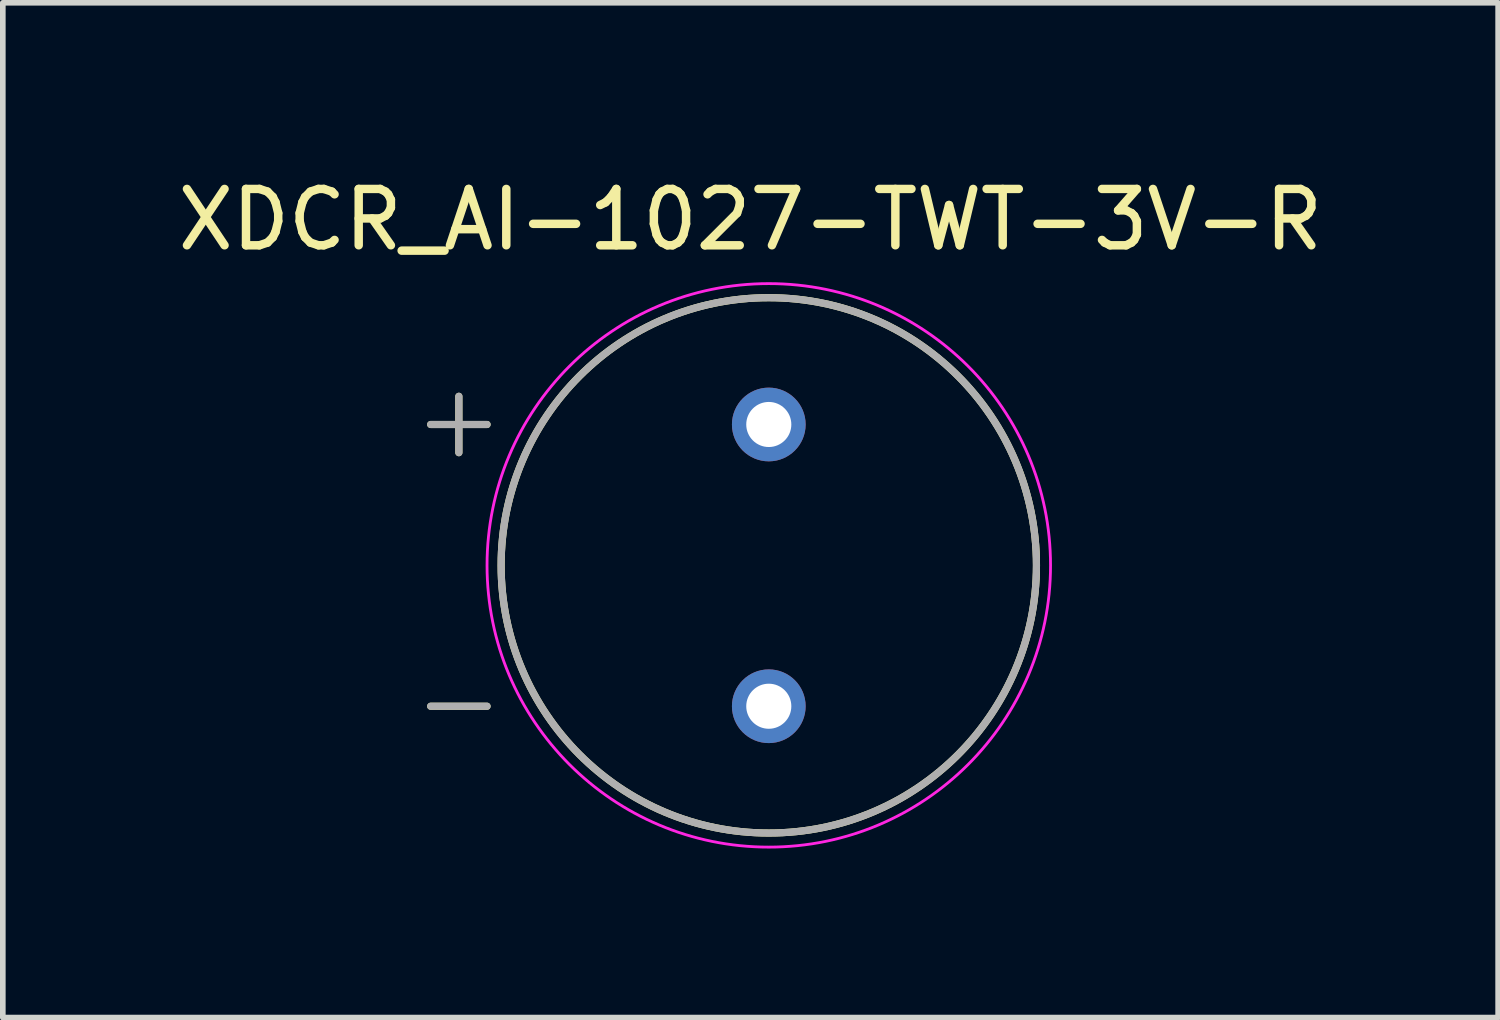
<source format=kicad_pcb>
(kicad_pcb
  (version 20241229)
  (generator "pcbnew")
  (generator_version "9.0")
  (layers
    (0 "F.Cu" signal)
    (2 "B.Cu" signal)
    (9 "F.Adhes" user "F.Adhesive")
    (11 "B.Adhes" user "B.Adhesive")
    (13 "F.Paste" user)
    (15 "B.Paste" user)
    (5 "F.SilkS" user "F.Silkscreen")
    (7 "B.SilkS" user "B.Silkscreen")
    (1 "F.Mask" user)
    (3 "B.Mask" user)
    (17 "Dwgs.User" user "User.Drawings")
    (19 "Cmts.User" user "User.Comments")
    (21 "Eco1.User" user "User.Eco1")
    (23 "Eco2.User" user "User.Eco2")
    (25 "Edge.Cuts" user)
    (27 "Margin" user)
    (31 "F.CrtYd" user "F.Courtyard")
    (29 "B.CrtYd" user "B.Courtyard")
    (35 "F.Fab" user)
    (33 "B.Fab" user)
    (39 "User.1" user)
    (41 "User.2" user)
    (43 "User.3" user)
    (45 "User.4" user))
  (footprint "XDCR_AI-1027-TWT-3V-R"
    (layer "F.Cu")
    (at 10.593 6.983)
    (property "Reference" "XDCR_AI-1027-TWT-3V-R" (at -0.325 -6.135 0) (layer "F.SilkS") (effects (font (size 1 1) (thickness 0.15))))
    (attr through_hole)
    (fp_line (start -6 -2.5) (end -5 -2.5) (stroke (width 0.127) (type solid)) (layer "F.SilkS"))
    (fp_line (start -6 2.5) (end -5 2.5) (stroke (width 0.127) (type solid)) (layer "F.SilkS"))
    (fp_line (start -5.5 -3) (end -5.5 -2) (stroke (width 0.127) (type solid)) (layer "F.SilkS"))
    (fp_circle (center 0 0) (end 4.75 0) (stroke (width 0.127) (type solid)) (fill no) (layer "F.SilkS"))
    (fp_circle (center 0 0) (end 5 0) (stroke (width 0.05) (type solid)) (fill no) (layer "F.CrtYd"))
    (fp_line (start -6 -2.5) (end -5 -2.5) (stroke (width 0.127) (type solid)) (layer "F.Fab"))
    (fp_line (start -6 2.5) (end -5 2.5) (stroke (width 0.127) (type solid)) (layer "F.Fab"))
    (fp_line (start -5.5 -3) (end -5.5 -2) (stroke (width 0.127) (type solid)) (layer "F.Fab"))
    (fp_circle (center 0 0) (end 4.75 0) (stroke (width 0.127) (type solid)) (fill no) (layer "F.Fab"))
    (pad "N" thru_hole circle (at 0 2.5) (size 1.308 1.308) (drill 0.8) (layers "*.Cu" "*.Mask"))
    (pad "P" thru_hole circle (at 0 -2.5) (size 1.308 1.308) (drill 0.8) (layers "*.Cu" "*.Mask")))
  (gr_rect
    (start -3 -3)
    (end 23.536 15.008)
    (stroke (width 0.1) (type default))
    (fill no)
    (layer "Edge.Cuts")))
</source>
